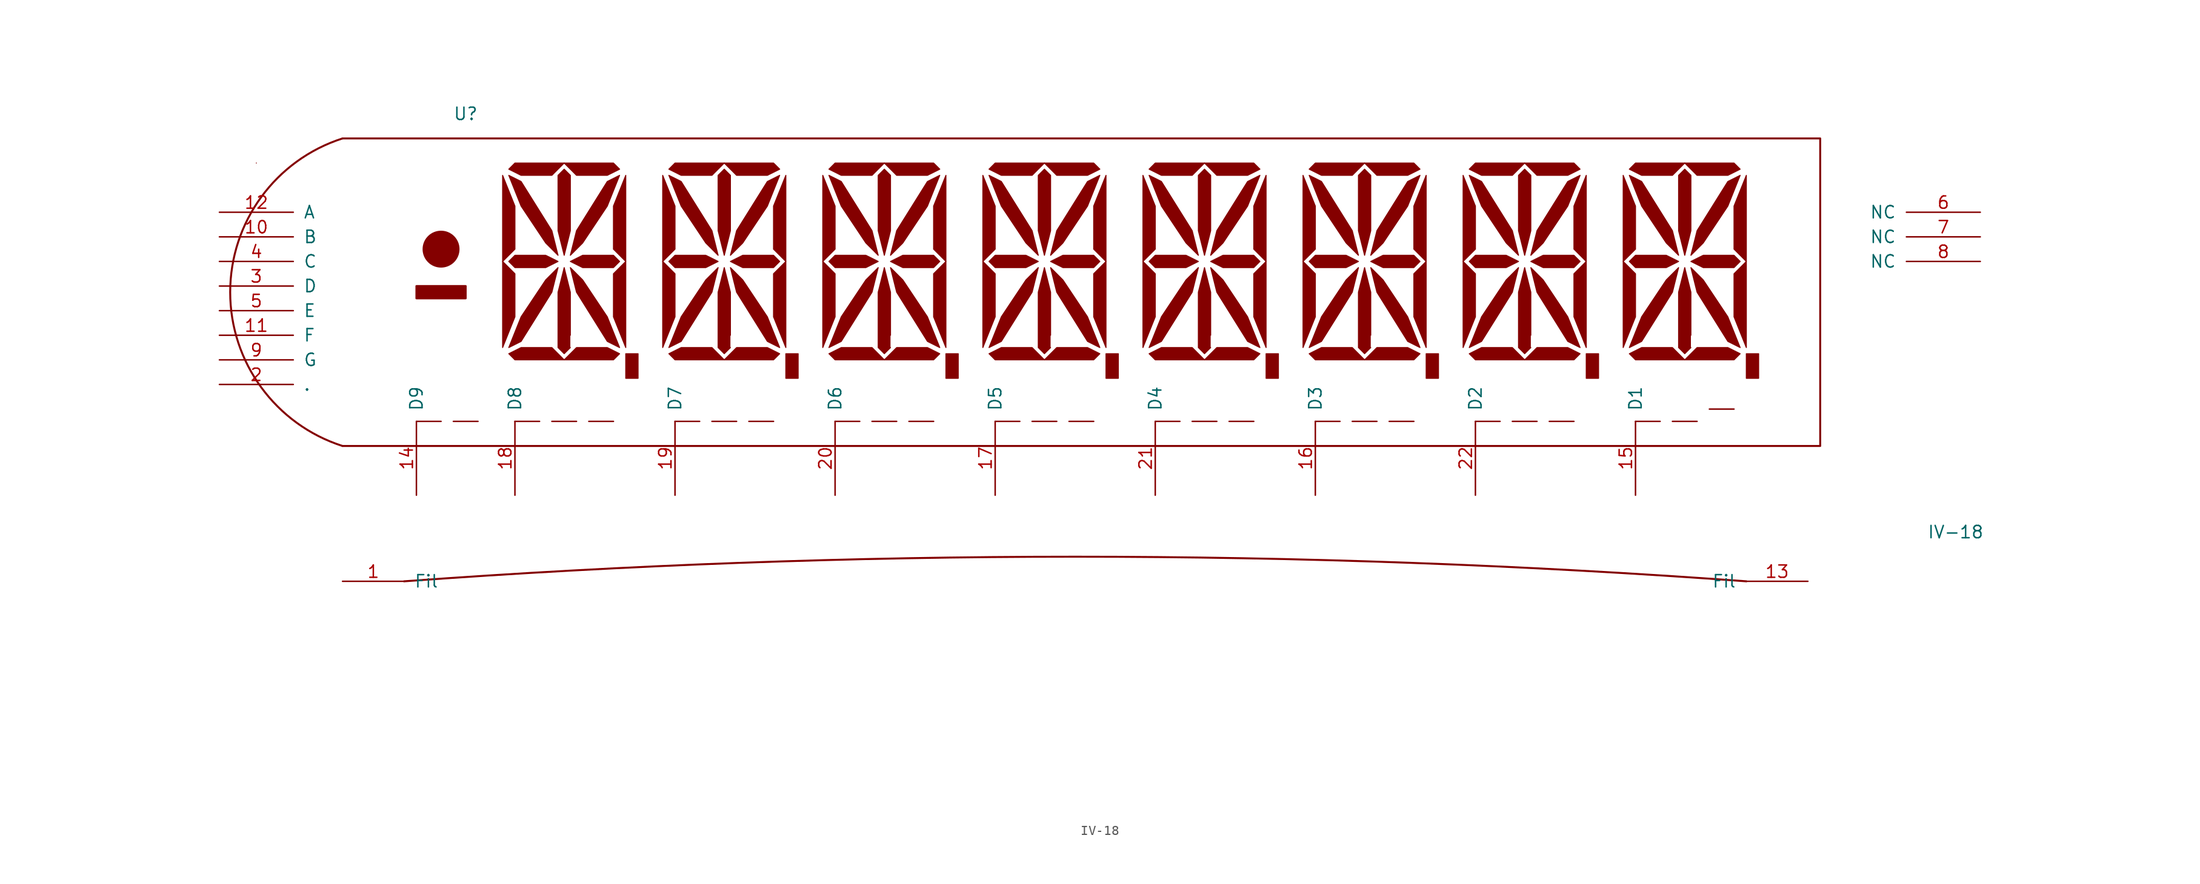
<source format=kicad_sym>
(kicad_symbol_lib
  (version 20211014)
  (generator kicad_symbol_editor)
  (symbol "IV-18"
    (pin_names
      (offset 1.016))
    (property "Reference" "U"
      (at 0 15.24 0)
      (effects (font (size 1.27 1.27))))
    (property "Value" "IV-18"
      (at 153.67 -27.94 0)
      (effects (font (size 1.27 1.27))))
    (property "Footprint" ""
      (at 0.635 -50.8 0)
      (effects (font (size 1.27 1.27))))
    (property "Datasheet" ""
      (at 0.635 -50.8 0)
      (effects (font (size 1.27 1.27))))
    (symbol "IV-18_0_0"
      (rectangle (start -21.59 10.16) (end -21.59 10.16) (stroke (width 0.102) (type default) (color 0 0 0 0)) (fill (type none)))
      (polyline (pts (xy 7.62 -16.51) (xy 5.08 -16.51)) (stroke (width 0) (type default) (color 0 0 0 0)) (fill (type none)))
      (polyline (pts (xy 8.89 -16.51) (xy 11.43 -16.51)) (stroke (width 0) (type default) (color 0 0 0 0)) (fill (type none)))
      (polyline (pts (xy 12.7 -16.51) (xy 15.24 -16.51)) (stroke (width 0) (type default) (color 0 0 0 0)) (fill (type none))))
    (symbol "IV-18_0_1"
      (arc (start -12.7 12.7) (mid -24.288 -3.175) (end -12.7 -19.05) (stroke (width 0.2032) (type default) (color 0 0 0 0)) (fill (type none)))
      (rectangle (start -5.08 -2.54) (end 0 -3.81) (stroke (width 0.203) (type default) (color 0 0 0 0)) (fill (type outline)))
      (circle (center -2.54 1.27) (radius 1.803) (stroke (width 0.203) (type default) (color 0 0 0 0)) (fill (type outline)))
      (polyline (pts (xy -12.7 12.7) (xy 139.7 12.7) (xy 139.7 -19.05) (xy -12.7 -19.05)) (stroke (width 0.203) (type default) (color 0 0 0 0)) (fill (type none)))
      (polyline (pts (xy 3.81 -8.89) (xy 3.81 0) (xy 5.08 -1.27) (xy 5.08 -5.715) (xy 3.81 -8.89)) (stroke (width 0.102) (type default) (color 0 0 0 0)) (fill (type outline)))
      (polyline (pts (xy 3.81 8.89) (xy 3.81 0) (xy 5.08 1.27) (xy 5.08 5.715) (xy 3.81 8.89)) (stroke (width 0.102) (type default) (color 0 0 0 0)) (fill (type outline)))
      (polyline (pts (xy 16.51 -9.525) (xy 16.51 -12.065) (xy 17.78 -12.065) (xy 17.78 -9.525) (xy 16.51 -9.525)) (stroke (width 0.102) (type default) (color 0 0 0 0)) (fill (type outline)))
      (polyline (pts (xy 16.51 -8.89) (xy 16.51 0) (xy 15.24 -1.27) (xy 15.24 -5.715) (xy 16.51 -8.89)) (stroke (width 0.102) (type default) (color 0 0 0 0)) (fill (type outline)))
      (polyline (pts (xy 16.51 8.89) (xy 16.51 0) (xy 15.24 1.27) (xy 15.24 5.715) (xy 16.51 8.89)) (stroke (width 0.102) (type default) (color 0 0 0 0)) (fill (type outline)))
      (polyline (pts (xy 20.32 -8.89) (xy 20.32 0) (xy 21.59 -1.27) (xy 21.59 -5.715) (xy 20.32 -8.89)) (stroke (width 0.102) (type default) (color 0 0 0 0)) (fill (type outline)))
      (polyline (pts (xy 20.32 8.89) (xy 20.32 0) (xy 21.59 1.27) (xy 21.59 5.715) (xy 20.32 8.89)) (stroke (width 0.102) (type default) (color 0 0 0 0)) (fill (type outline)))
      (polyline (pts (xy 33.02 -9.525) (xy 33.02 -12.065) (xy 34.29 -12.065) (xy 34.29 -9.525) (xy 33.02 -9.525)) (stroke (width 0.102) (type default) (color 0 0 0 0)) (fill (type outline)))
      (polyline (pts (xy 33.02 -8.89) (xy 33.02 0) (xy 31.75 -1.27) (xy 31.75 -5.715) (xy 33.02 -8.89)) (stroke (width 0.102) (type default) (color 0 0 0 0)) (fill (type outline)))
      (polyline (pts (xy 33.02 8.89) (xy 33.02 0) (xy 31.75 1.27) (xy 31.75 5.715) (xy 33.02 8.89)) (stroke (width 0.102) (type default) (color 0 0 0 0)) (fill (type outline)))
      (polyline (pts (xy 4.445 -9.525) (xy 5.08 -10.16) (xy 10.16 -10.16) (xy 8.89 -8.89) (xy 5.715 -8.89) (xy 4.445 -9.525)) (stroke (width 0.102) (type default) (color 0 0 0 0)) (fill (type outline)))
      (polyline (pts (xy 4.445 9.525) (xy 5.08 10.16) (xy 10.16 10.16) (xy 8.89 8.89) (xy 5.715 8.89) (xy 4.445 9.525)) (stroke (width 0.102) (type default) (color 0 0 0 0)) (fill (type outline)))
      (polyline (pts (xy 15.875 -9.525) (xy 15.24 -10.16) (xy 10.16 -10.16) (xy 11.43 -8.89) (xy 14.605 -8.89) (xy 15.875 -9.525)) (stroke (width 0.102) (type default) (color 0 0 0 0)) (fill (type outline)))
      (polyline (pts (xy 15.875 9.525) (xy 15.24 10.16) (xy 10.16 10.16) (xy 11.43 8.89) (xy 14.605 8.89) (xy 15.875 9.525)) (stroke (width 0.102) (type default) (color 0 0 0 0)) (fill (type outline)))
      (polyline (pts (xy 20.955 -9.525) (xy 21.59 -10.16) (xy 26.67 -10.16) (xy 25.4 -8.89) (xy 22.225 -8.89) (xy 20.955 -9.525)) (stroke (width 0.102) (type default) (color 0 0 0 0)) (fill (type outline)))
      (polyline (pts (xy 20.955 9.525) (xy 21.59 10.16) (xy 26.67 10.16) (xy 25.4 8.89) (xy 22.225 8.89) (xy 20.955 9.525)) (stroke (width 0.102) (type default) (color 0 0 0 0)) (fill (type outline)))
      (polyline (pts (xy 32.385 -9.525) (xy 31.75 -10.16) (xy 26.67 -10.16) (xy 27.94 -8.89) (xy 31.115 -8.89) (xy 32.385 -9.525)) (stroke (width 0.102) (type default) (color 0 0 0 0)) (fill (type outline)))
      (polyline (pts (xy 32.385 9.525) (xy 31.75 10.16) (xy 26.67 10.16) (xy 27.94 8.89) (xy 31.115 8.89) (xy 32.385 9.525)) (stroke (width 0.102) (type default) (color 0 0 0 0)) (fill (type outline)))
      (polyline (pts (xy 5.08 0.635) (xy 4.445 0) (xy 5.08 -0.635) (xy 8.255 -0.635) (xy 9.525 0) (xy 8.255 0.635) (xy 5.08 0.635)) (stroke (width 0.102) (type default) (color 0 0 0 0)) (fill (type outline)))
      (polyline (pts (xy 5.715 -5.715) (xy 8.255 -1.905) (xy 9.525 -0.635) (xy 8.89 -3.175) (xy 5.715 -8.255) (xy 4.445 -8.89) (xy 5.715 -5.715)) (stroke (width 0.102) (type default) (color 0 0 0 0)) (fill (type outline)))
      (polyline (pts (xy 5.715 5.715) (xy 8.255 1.905) (xy 9.525 0.635) (xy 8.89 3.175) (xy 5.715 8.255) (xy 4.445 8.89) (xy 5.715 5.715)) (stroke (width 0.102) (type default) (color 0 0 0 0)) (fill (type outline)))
      (polyline (pts (xy 10.795 -7.62) (xy 10.795 -3.175) (xy 10.16 -0.635) (xy 9.525 -3.175) (xy 9.525 -8.89) (xy 10.16 -9.525) (xy 10.795 -8.89)) (stroke (width 0.102) (type default) (color 0 0 0 0)) (fill (type outline)))
      (polyline (pts (xy 10.795 3.175) (xy 10.795 8.89) (xy 10.16 9.525) (xy 9.525 8.89) (xy 9.525 3.175) (xy 10.16 0.635) (xy 10.795 3.175)) (stroke (width 0.102) (type default) (color 0 0 0 0)) (fill (type outline)))
      (polyline (pts (xy 12.065 0.635) (xy 10.795 0) (xy 12.065 -0.635) (xy 15.24 -0.635) (xy 15.875 0) (xy 15.24 0.635) (xy 12.065 0.635)) (stroke (width 0.102) (type default) (color 0 0 0 0)) (fill (type outline)))
      (polyline (pts (xy 14.605 -5.715) (xy 12.065 -1.905) (xy 10.795 -0.635) (xy 11.43 -3.175) (xy 14.605 -8.255) (xy 15.875 -8.89) (xy 14.605 -5.715)) (stroke (width 0.102) (type default) (color 0 0 0 0)) (fill (type outline)))
      (polyline (pts (xy 14.605 5.715) (xy 12.065 1.905) (xy 10.795 0.635) (xy 11.43 3.175) (xy 14.605 8.255) (xy 15.875 8.89) (xy 14.605 5.715)) (stroke (width 0.102) (type default) (color 0 0 0 0)) (fill (type outline)))
      (polyline (pts (xy 21.59 0.635) (xy 20.955 0) (xy 21.59 -0.635) (xy 24.765 -0.635) (xy 26.035 0) (xy 24.765 0.635) (xy 21.59 0.635)) (stroke (width 0.102) (type default) (color 0 0 0 0)) (fill (type outline)))
      (polyline (pts (xy 22.225 -5.715) (xy 24.765 -1.905) (xy 26.035 -0.635) (xy 25.4 -3.175) (xy 22.225 -8.255) (xy 20.955 -8.89) (xy 22.225 -5.715)) (stroke (width 0.102) (type default) (color 0 0 0 0)) (fill (type outline)))
      (polyline (pts (xy 22.225 5.715) (xy 24.765 1.905) (xy 26.035 0.635) (xy 25.4 3.175) (xy 22.225 8.255) (xy 20.955 8.89) (xy 22.225 5.715)) (stroke (width 0.102) (type default) (color 0 0 0 0)) (fill (type outline)))
      (polyline (pts (xy 27.305 -7.62) (xy 27.305 -3.175) (xy 26.67 -0.635) (xy 26.035 -3.175) (xy 26.035 -8.89) (xy 26.67 -9.525) (xy 27.305 -8.89)) (stroke (width 0.102) (type default) (color 0 0 0 0)) (fill (type outline)))
      (polyline (pts (xy 27.305 3.175) (xy 27.305 8.89) (xy 26.67 9.525) (xy 26.035 8.89) (xy 26.035 3.175) (xy 26.67 0.635) (xy 27.305 3.175)) (stroke (width 0.102) (type default) (color 0 0 0 0)) (fill (type outline)))
      (polyline (pts (xy 28.575 0.635) (xy 27.305 0) (xy 28.575 -0.635) (xy 31.75 -0.635) (xy 32.385 0) (xy 31.75 0.635) (xy 28.575 0.635)) (stroke (width 0.102) (type default) (color 0 0 0 0)) (fill (type outline)))
      (polyline (pts (xy 31.115 -5.715) (xy 28.575 -1.905) (xy 27.305 -0.635) (xy 27.94 -3.175) (xy 31.115 -8.255) (xy 32.385 -8.89) (xy 31.115 -5.715)) (stroke (width 0.102) (type default) (color 0 0 0 0)) (fill (type outline)))
      (polyline (pts (xy 31.115 5.715) (xy 28.575 1.905) (xy 27.305 0.635) (xy 27.94 3.175) (xy 31.115 8.255) (xy 32.385 8.89) (xy 31.115 5.715)) (stroke (width 0.102) (type default) (color 0 0 0 0)) (fill (type outline)))
      (arc (start 132.08 -33.02) (mid 62.865 -30.4798) (end -6.35 -33.02) (stroke (width 0.2032) (type default) (color 0 0 0 0)) (fill (type none))))
    (symbol "IV-18_1_0"
      (polyline (pts (xy -5.08 -16.51) (xy -2.54 -16.51)) (stroke (width 0) (type default) (color 0 0 0 0)) (fill (type none)))
      (polyline (pts (xy -1.27 -16.51) (xy 1.27 -16.51)) (stroke (width 0) (type default) (color 0 0 0 0)) (fill (type none)))
      (polyline (pts (xy 24.13 -16.51) (xy 21.59 -16.51)) (stroke (width 0) (type default) (color 0 0 0 0)) (fill (type none)))
      (polyline (pts (xy 25.4 -16.51) (xy 27.94 -16.51)) (stroke (width 0) (type default) (color 0 0 0 0)) (fill (type none)))
      (polyline (pts (xy 29.21 -16.51) (xy 31.75 -16.51)) (stroke (width 0) (type default) (color 0 0 0 0)) (fill (type none)))
      (polyline (pts (xy 40.64 -16.51) (xy 38.1 -16.51)) (stroke (width 0) (type default) (color 0 0 0 0)) (fill (type none)))
      (polyline (pts (xy 41.91 -16.51) (xy 44.45 -16.51)) (stroke (width 0) (type default) (color 0 0 0 0)) (fill (type none)))
      (polyline (pts (xy 45.72 -16.51) (xy 48.26 -16.51)) (stroke (width 0) (type default) (color 0 0 0 0)) (fill (type none)))
      (polyline (pts (xy 57.15 -16.51) (xy 54.61 -16.51)) (stroke (width 0) (type default) (color 0 0 0 0)) (fill (type none)))
      (polyline (pts (xy 58.42 -16.51) (xy 60.96 -16.51)) (stroke (width 0) (type default) (color 0 0 0 0)) (fill (type none)))
      (polyline (pts (xy 62.23 -16.51) (xy 64.77 -16.51)) (stroke (width 0) (type default) (color 0 0 0 0)) (fill (type none)))
      (polyline (pts (xy 73.66 -16.51) (xy 71.12 -16.51)) (stroke (width 0) (type default) (color 0 0 0 0)) (fill (type none)))
      (polyline (pts (xy 74.93 -16.51) (xy 77.47 -16.51)) (stroke (width 0) (type default) (color 0 0 0 0)) (fill (type none)))
      (polyline (pts (xy 78.74 -16.51) (xy 81.28 -16.51)) (stroke (width 0) (type default) (color 0 0 0 0)) (fill (type none)))
      (polyline (pts (xy 90.17 -16.51) (xy 87.63 -16.51)) (stroke (width 0) (type default) (color 0 0 0 0)) (fill (type none)))
      (polyline (pts (xy 91.44 -16.51) (xy 93.98 -16.51)) (stroke (width 0) (type default) (color 0 0 0 0)) (fill (type none)))
      (polyline (pts (xy 95.25 -16.51) (xy 97.79 -16.51)) (stroke (width 0) (type default) (color 0 0 0 0)) (fill (type none)))
      (polyline (pts (xy 106.68 -16.51) (xy 104.14 -16.51)) (stroke (width 0) (type default) (color 0 0 0 0)) (fill (type none)))
      (polyline (pts (xy 107.95 -16.51) (xy 110.49 -16.51)) (stroke (width 0) (type default) (color 0 0 0 0)) (fill (type none)))
      (polyline (pts (xy 111.76 -16.51) (xy 114.3 -16.51)) (stroke (width 0) (type default) (color 0 0 0 0)) (fill (type none)))
      (polyline (pts (xy 123.19 -16.51) (xy 120.65 -16.51)) (stroke (width 0) (type default) (color 0 0 0 0)) (fill (type none)))
      (polyline (pts (xy 124.46 -16.51) (xy 127 -16.51)) (stroke (width 0) (type default) (color 0 0 0 0)) (fill (type none)))
      (polyline (pts (xy 128.27 -15.24) (xy 130.81 -15.24)) (stroke (width 0) (type default) (color 0 0 0 0)) (fill (type none))))
    (symbol "IV-18_1_1"
      (polyline (pts (xy 36.83 -8.89) (xy 36.83 0) (xy 38.1 -1.27) (xy 38.1 -5.715) (xy 36.83 -8.89)) (stroke (width 0.102) (type default) (color 0 0 0 0)) (fill (type outline)))
      (polyline (pts (xy 36.83 8.89) (xy 36.83 0) (xy 38.1 1.27) (xy 38.1 5.715) (xy 36.83 8.89)) (stroke (width 0.102) (type default) (color 0 0 0 0)) (fill (type outline)))
      (polyline (pts (xy 49.53 -9.525) (xy 49.53 -12.065) (xy 50.8 -12.065) (xy 50.8 -9.525) (xy 49.53 -9.525)) (stroke (width 0.102) (type default) (color 0 0 0 0)) (fill (type outline)))
      (polyline (pts (xy 49.53 -8.89) (xy 49.53 0) (xy 48.26 -1.27) (xy 48.26 -5.715) (xy 49.53 -8.89)) (stroke (width 0.102) (type default) (color 0 0 0 0)) (fill (type outline)))
      (polyline (pts (xy 49.53 8.89) (xy 49.53 0) (xy 48.26 1.27) (xy 48.26 5.715) (xy 49.53 8.89)) (stroke (width 0.102) (type default) (color 0 0 0 0)) (fill (type outline)))
      (polyline (pts (xy 53.34 -8.89) (xy 53.34 0) (xy 54.61 -1.27) (xy 54.61 -5.715) (xy 53.34 -8.89)) (stroke (width 0.102) (type default) (color 0 0 0 0)) (fill (type outline)))
      (polyline (pts (xy 53.34 8.89) (xy 53.34 0) (xy 54.61 1.27) (xy 54.61 5.715) (xy 53.34 8.89)) (stroke (width 0.102) (type default) (color 0 0 0 0)) (fill (type outline)))
      (polyline (pts (xy 66.04 -9.525) (xy 66.04 -12.065) (xy 67.31 -12.065) (xy 67.31 -9.525) (xy 66.04 -9.525)) (stroke (width 0.102) (type default) (color 0 0 0 0)) (fill (type outline)))
      (polyline (pts (xy 66.04 -8.89) (xy 66.04 0) (xy 64.77 -1.27) (xy 64.77 -5.715) (xy 66.04 -8.89)) (stroke (width 0.102) (type default) (color 0 0 0 0)) (fill (type outline)))
      (polyline (pts (xy 66.04 8.89) (xy 66.04 0) (xy 64.77 1.27) (xy 64.77 5.715) (xy 66.04 8.89)) (stroke (width 0.102) (type default) (color 0 0 0 0)) (fill (type outline)))
      (polyline (pts (xy 69.85 -8.89) (xy 69.85 0) (xy 71.12 -1.27) (xy 71.12 -5.715) (xy 69.85 -8.89)) (stroke (width 0.102) (type default) (color 0 0 0 0)) (fill (type outline)))
      (polyline (pts (xy 69.85 8.89) (xy 69.85 0) (xy 71.12 1.27) (xy 71.12 5.715) (xy 69.85 8.89)) (stroke (width 0.102) (type default) (color 0 0 0 0)) (fill (type outline)))
      (polyline (pts (xy 82.55 -9.525) (xy 82.55 -12.065) (xy 83.82 -12.065) (xy 83.82 -9.525) (xy 82.55 -9.525)) (stroke (width 0.102) (type default) (color 0 0 0 0)) (fill (type outline)))
      (polyline (pts (xy 82.55 -8.89) (xy 82.55 0) (xy 81.28 -1.27) (xy 81.28 -5.715) (xy 82.55 -8.89)) (stroke (width 0.102) (type default) (color 0 0 0 0)) (fill (type outline)))
      (polyline (pts (xy 82.55 8.89) (xy 82.55 0) (xy 81.28 1.27) (xy 81.28 5.715) (xy 82.55 8.89)) (stroke (width 0.102) (type default) (color 0 0 0 0)) (fill (type outline)))
      (polyline (pts (xy 86.36 -8.89) (xy 86.36 0) (xy 87.63 -1.27) (xy 87.63 -5.715) (xy 86.36 -8.89)) (stroke (width 0.102) (type default) (color 0 0 0 0)) (fill (type outline)))
      (polyline (pts (xy 86.36 8.89) (xy 86.36 0) (xy 87.63 1.27) (xy 87.63 5.715) (xy 86.36 8.89)) (stroke (width 0.102) (type default) (color 0 0 0 0)) (fill (type outline)))
      (polyline (pts (xy 99.06 -9.525) (xy 99.06 -12.065) (xy 100.33 -12.065) (xy 100.33 -9.525) (xy 99.06 -9.525)) (stroke (width 0.102) (type default) (color 0 0 0 0)) (fill (type outline)))
      (polyline (pts (xy 99.06 -8.89) (xy 99.06 0) (xy 97.79 -1.27) (xy 97.79 -5.715) (xy 99.06 -8.89)) (stroke (width 0.102) (type default) (color 0 0 0 0)) (fill (type outline)))
      (polyline (pts (xy 99.06 8.89) (xy 99.06 0) (xy 97.79 1.27) (xy 97.79 5.715) (xy 99.06 8.89)) (stroke (width 0.102) (type default) (color 0 0 0 0)) (fill (type outline)))
      (polyline (pts (xy 102.87 -8.89) (xy 102.87 0) (xy 104.14 -1.27) (xy 104.14 -5.715) (xy 102.87 -8.89)) (stroke (width 0.102) (type default) (color 0 0 0 0)) (fill (type outline)))
      (polyline (pts (xy 102.87 8.89) (xy 102.87 0) (xy 104.14 1.27) (xy 104.14 5.715) (xy 102.87 8.89)) (stroke (width 0.102) (type default) (color 0 0 0 0)) (fill (type outline)))
      (polyline (pts (xy 115.57 -9.525) (xy 115.57 -12.065) (xy 116.84 -12.065) (xy 116.84 -9.525) (xy 115.57 -9.525)) (stroke (width 0.102) (type default) (color 0 0 0 0)) (fill (type outline)))
      (polyline (pts (xy 115.57 -8.89) (xy 115.57 0) (xy 114.3 -1.27) (xy 114.3 -5.715) (xy 115.57 -8.89)) (stroke (width 0.102) (type default) (color 0 0 0 0)) (fill (type outline)))
      (polyline (pts (xy 115.57 8.89) (xy 115.57 0) (xy 114.3 1.27) (xy 114.3 5.715) (xy 115.57 8.89)) (stroke (width 0.102) (type default) (color 0 0 0 0)) (fill (type outline)))
      (polyline (pts (xy 119.38 -8.89) (xy 119.38 0) (xy 120.65 -1.27) (xy 120.65 -5.715) (xy 119.38 -8.89)) (stroke (width 0.102) (type default) (color 0 0 0 0)) (fill (type outline)))
      (polyline (pts (xy 119.38 8.89) (xy 119.38 0) (xy 120.65 1.27) (xy 120.65 5.715) (xy 119.38 8.89)) (stroke (width 0.102) (type default) (color 0 0 0 0)) (fill (type outline)))
      (polyline (pts (xy 132.08 -9.525) (xy 132.08 -12.065) (xy 133.35 -12.065) (xy 133.35 -9.525) (xy 132.08 -9.525)) (stroke (width 0.102) (type default) (color 0 0 0 0)) (fill (type outline)))
      (polyline (pts (xy 132.08 -8.89) (xy 132.08 0) (xy 130.81 -1.27) (xy 130.81 -5.715) (xy 132.08 -8.89)) (stroke (width 0.102) (type default) (color 0 0 0 0)) (fill (type outline)))
      (polyline (pts (xy 132.08 8.89) (xy 132.08 0) (xy 130.81 1.27) (xy 130.81 5.715) (xy 132.08 8.89)) (stroke (width 0.102) (type default) (color 0 0 0 0)) (fill (type outline)))
      (polyline (pts (xy 37.465 -9.525) (xy 38.1 -10.16) (xy 43.18 -10.16) (xy 41.91 -8.89) (xy 38.735 -8.89) (xy 37.465 -9.525)) (stroke (width 0.102) (type default) (color 0 0 0 0)) (fill (type outline)))
      (polyline (pts (xy 37.465 9.525) (xy 38.1 10.16) (xy 43.18 10.16) (xy 41.91 8.89) (xy 38.735 8.89) (xy 37.465 9.525)) (stroke (width 0.102) (type default) (color 0 0 0 0)) (fill (type outline)))
      (polyline (pts (xy 48.895 -9.525) (xy 48.26 -10.16) (xy 43.18 -10.16) (xy 44.45 -8.89) (xy 47.625 -8.89) (xy 48.895 -9.525)) (stroke (width 0.102) (type default) (color 0 0 0 0)) (fill (type outline)))
      (polyline (pts (xy 48.895 9.525) (xy 48.26 10.16) (xy 43.18 10.16) (xy 44.45 8.89) (xy 47.625 8.89) (xy 48.895 9.525)) (stroke (width 0.102) (type default) (color 0 0 0 0)) (fill (type outline)))
      (polyline (pts (xy 53.975 -9.525) (xy 54.61 -10.16) (xy 59.69 -10.16) (xy 58.42 -8.89) (xy 55.245 -8.89) (xy 53.975 -9.525)) (stroke (width 0.102) (type default) (color 0 0 0 0)) (fill (type outline)))
      (polyline (pts (xy 53.975 9.525) (xy 54.61 10.16) (xy 59.69 10.16) (xy 58.42 8.89) (xy 55.245 8.89) (xy 53.975 9.525)) (stroke (width 0.102) (type default) (color 0 0 0 0)) (fill (type outline)))
      (polyline (pts (xy 65.405 -9.525) (xy 64.77 -10.16) (xy 59.69 -10.16) (xy 60.96 -8.89) (xy 64.135 -8.89) (xy 65.405 -9.525)) (stroke (width 0.102) (type default) (color 0 0 0 0)) (fill (type outline)))
      (polyline (pts (xy 65.405 9.525) (xy 64.77 10.16) (xy 59.69 10.16) (xy 60.96 8.89) (xy 64.135 8.89) (xy 65.405 9.525)) (stroke (width 0.102) (type default) (color 0 0 0 0)) (fill (type outline)))
      (polyline (pts (xy 70.485 -9.525) (xy 71.12 -10.16) (xy 76.2 -10.16) (xy 74.93 -8.89) (xy 71.755 -8.89) (xy 70.485 -9.525)) (stroke (width 0.102) (type default) (color 0 0 0 0)) (fill (type outline)))
      (polyline (pts (xy 70.485 9.525) (xy 71.12 10.16) (xy 76.2 10.16) (xy 74.93 8.89) (xy 71.755 8.89) (xy 70.485 9.525)) (stroke (width 0.102) (type default) (color 0 0 0 0)) (fill (type outline)))
      (polyline (pts (xy 81.915 -9.525) (xy 81.28 -10.16) (xy 76.2 -10.16) (xy 77.47 -8.89) (xy 80.645 -8.89) (xy 81.915 -9.525)) (stroke (width 0.102) (type default) (color 0 0 0 0)) (fill (type outline)))
      (polyline (pts (xy 81.915 9.525) (xy 81.28 10.16) (xy 76.2 10.16) (xy 77.47 8.89) (xy 80.645 8.89) (xy 81.915 9.525)) (stroke (width 0.102) (type default) (color 0 0 0 0)) (fill (type outline)))
      (polyline (pts (xy 86.995 -9.525) (xy 87.63 -10.16) (xy 92.71 -10.16) (xy 91.44 -8.89) (xy 88.265 -8.89) (xy 86.995 -9.525)) (stroke (width 0.102) (type default) (color 0 0 0 0)) (fill (type outline)))
      (polyline (pts (xy 86.995 9.525) (xy 87.63 10.16) (xy 92.71 10.16) (xy 91.44 8.89) (xy 88.265 8.89) (xy 86.995 9.525)) (stroke (width 0.102) (type default) (color 0 0 0 0)) (fill (type outline)))
      (polyline (pts (xy 98.425 -9.525) (xy 97.79 -10.16) (xy 92.71 -10.16) (xy 93.98 -8.89) (xy 97.155 -8.89) (xy 98.425 -9.525)) (stroke (width 0.102) (type default) (color 0 0 0 0)) (fill (type outline)))
      (polyline (pts (xy 98.425 9.525) (xy 97.79 10.16) (xy 92.71 10.16) (xy 93.98 8.89) (xy 97.155 8.89) (xy 98.425 9.525)) (stroke (width 0.102) (type default) (color 0 0 0 0)) (fill (type outline)))
      (polyline (pts (xy 103.505 -9.525) (xy 104.14 -10.16) (xy 109.22 -10.16) (xy 107.95 -8.89) (xy 104.775 -8.89) (xy 103.505 -9.525)) (stroke (width 0.102) (type default) (color 0 0 0 0)) (fill (type outline)))
      (polyline (pts (xy 103.505 9.525) (xy 104.14 10.16) (xy 109.22 10.16) (xy 107.95 8.89) (xy 104.775 8.89) (xy 103.505 9.525)) (stroke (width 0.102) (type default) (color 0 0 0 0)) (fill (type outline)))
      (polyline (pts (xy 114.935 -9.525) (xy 114.3 -10.16) (xy 109.22 -10.16) (xy 110.49 -8.89) (xy 113.665 -8.89) (xy 114.935 -9.525)) (stroke (width 0.102) (type default) (color 0 0 0 0)) (fill (type outline)))
      (polyline (pts (xy 114.935 9.525) (xy 114.3 10.16) (xy 109.22 10.16) (xy 110.49 8.89) (xy 113.665 8.89) (xy 114.935 9.525)) (stroke (width 0.102) (type default) (color 0 0 0 0)) (fill (type outline)))
      (polyline (pts (xy 120.015 -9.525) (xy 120.65 -10.16) (xy 125.73 -10.16) (xy 124.46 -8.89) (xy 121.285 -8.89) (xy 120.015 -9.525)) (stroke (width 0.102) (type default) (color 0 0 0 0)) (fill (type outline)))
      (polyline (pts (xy 120.015 9.525) (xy 120.65 10.16) (xy 125.73 10.16) (xy 124.46 8.89) (xy 121.285 8.89) (xy 120.015 9.525)) (stroke (width 0.102) (type default) (color 0 0 0 0)) (fill (type outline)))
      (polyline (pts (xy 131.445 -9.525) (xy 130.81 -10.16) (xy 125.73 -10.16) (xy 127 -8.89) (xy 130.175 -8.89) (xy 131.445 -9.525)) (stroke (width 0.102) (type default) (color 0 0 0 0)) (fill (type outline)))
      (polyline (pts (xy 131.445 9.525) (xy 130.81 10.16) (xy 125.73 10.16) (xy 127 8.89) (xy 130.175 8.89) (xy 131.445 9.525)) (stroke (width 0.102) (type default) (color 0 0 0 0)) (fill (type outline)))
      (polyline (pts (xy 38.1 0.635) (xy 37.465 0) (xy 38.1 -0.635) (xy 41.275 -0.635) (xy 42.545 0) (xy 41.275 0.635) (xy 38.1 0.635)) (stroke (width 0.102) (type default) (color 0 0 0 0)) (fill (type outline)))
      (polyline (pts (xy 38.735 -5.715) (xy 41.275 -1.905) (xy 42.545 -0.635) (xy 41.91 -3.175) (xy 38.735 -8.255) (xy 37.465 -8.89) (xy 38.735 -5.715)) (stroke (width 0.102) (type default) (color 0 0 0 0)) (fill (type outline)))
      (polyline (pts (xy 38.735 5.715) (xy 41.275 1.905) (xy 42.545 0.635) (xy 41.91 3.175) (xy 38.735 8.255) (xy 37.465 8.89) (xy 38.735 5.715)) (stroke (width 0.102) (type default) (color 0 0 0 0)) (fill (type outline)))
      (polyline (pts (xy 43.815 -7.62) (xy 43.815 -3.175) (xy 43.18 -0.635) (xy 42.545 -3.175) (xy 42.545 -8.89) (xy 43.18 -9.525) (xy 43.815 -8.89)) (stroke (width 0.102) (type default) (color 0 0 0 0)) (fill (type outline)))
      (polyline (pts (xy 43.815 3.175) (xy 43.815 8.89) (xy 43.18 9.525) (xy 42.545 8.89) (xy 42.545 3.175) (xy 43.18 0.635) (xy 43.815 3.175)) (stroke (width 0.102) (type default) (color 0 0 0 0)) (fill (type outline)))
      (polyline (pts (xy 45.085 0.635) (xy 43.815 0) (xy 45.085 -0.635) (xy 48.26 -0.635) (xy 48.895 0) (xy 48.26 0.635) (xy 45.085 0.635)) (stroke (width 0.102) (type default) (color 0 0 0 0)) (fill (type outline)))
      (polyline (pts (xy 47.625 -5.715) (xy 45.085 -1.905) (xy 43.815 -0.635) (xy 44.45 -3.175) (xy 47.625 -8.255) (xy 48.895 -8.89) (xy 47.625 -5.715)) (stroke (width 0.102) (type default) (color 0 0 0 0)) (fill (type outline)))
      (polyline (pts (xy 47.625 5.715) (xy 45.085 1.905) (xy 43.815 0.635) (xy 44.45 3.175) (xy 47.625 8.255) (xy 48.895 8.89) (xy 47.625 5.715)) (stroke (width 0.102) (type default) (color 0 0 0 0)) (fill (type outline)))
      (polyline (pts (xy 54.61 0.635) (xy 53.975 0) (xy 54.61 -0.635) (xy 57.785 -0.635) (xy 59.055 0) (xy 57.785 0.635) (xy 54.61 0.635)) (stroke (width 0.102) (type default) (color 0 0 0 0)) (fill (type outline)))
      (polyline (pts (xy 55.245 -5.715) (xy 57.785 -1.905) (xy 59.055 -0.635) (xy 58.42 -3.175) (xy 55.245 -8.255) (xy 53.975 -8.89) (xy 55.245 -5.715)) (stroke (width 0.102) (type default) (color 0 0 0 0)) (fill (type outline)))
      (polyline (pts (xy 55.245 5.715) (xy 57.785 1.905) (xy 59.055 0.635) (xy 58.42 3.175) (xy 55.245 8.255) (xy 53.975 8.89) (xy 55.245 5.715)) (stroke (width 0.102) (type default) (color 0 0 0 0)) (fill (type outline)))
      (polyline (pts (xy 60.325 -7.62) (xy 60.325 -3.175) (xy 59.69 -0.635) (xy 59.055 -3.175) (xy 59.055 -8.89) (xy 59.69 -9.525) (xy 60.325 -8.89)) (stroke (width 0.102) (type default) (color 0 0 0 0)) (fill (type outline)))
      (polyline (pts (xy 60.325 3.175) (xy 60.325 8.89) (xy 59.69 9.525) (xy 59.055 8.89) (xy 59.055 3.175) (xy 59.69 0.635) (xy 60.325 3.175)) (stroke (width 0.102) (type default) (color 0 0 0 0)) (fill (type outline)))
      (polyline (pts (xy 61.595 0.635) (xy 60.325 0) (xy 61.595 -0.635) (xy 64.77 -0.635) (xy 65.405 0) (xy 64.77 0.635) (xy 61.595 0.635)) (stroke (width 0.102) (type default) (color 0 0 0 0)) (fill (type outline)))
      (polyline (pts (xy 64.135 -5.715) (xy 61.595 -1.905) (xy 60.325 -0.635) (xy 60.96 -3.175) (xy 64.135 -8.255) (xy 65.405 -8.89) (xy 64.135 -5.715)) (stroke (width 0.102) (type default) (color 0 0 0 0)) (fill (type outline)))
      (polyline (pts (xy 64.135 5.715) (xy 61.595 1.905) (xy 60.325 0.635) (xy 60.96 3.175) (xy 64.135 8.255) (xy 65.405 8.89) (xy 64.135 5.715)) (stroke (width 0.102) (type default) (color 0 0 0 0)) (fill (type outline)))
      (polyline (pts (xy 71.12 0.635) (xy 70.485 0) (xy 71.12 -0.635) (xy 74.295 -0.635) (xy 75.565 0) (xy 74.295 0.635) (xy 71.12 0.635)) (stroke (width 0.102) (type default) (color 0 0 0 0)) (fill (type outline)))
      (polyline (pts (xy 71.755 -5.715) (xy 74.295 -1.905) (xy 75.565 -0.635) (xy 74.93 -3.175) (xy 71.755 -8.255) (xy 70.485 -8.89) (xy 71.755 -5.715)) (stroke (width 0.102) (type default) (color 0 0 0 0)) (fill (type outline)))
      (polyline (pts (xy 71.755 5.715) (xy 74.295 1.905) (xy 75.565 0.635) (xy 74.93 3.175) (xy 71.755 8.255) (xy 70.485 8.89) (xy 71.755 5.715)) (stroke (width 0.102) (type default) (color 0 0 0 0)) (fill (type outline)))
      (polyline (pts (xy 76.835 -7.62) (xy 76.835 -3.175) (xy 76.2 -0.635) (xy 75.565 -3.175) (xy 75.565 -8.89) (xy 76.2 -9.525) (xy 76.835 -8.89)) (stroke (width 0.102) (type default) (color 0 0 0 0)) (fill (type outline)))
      (polyline (pts (xy 76.835 3.175) (xy 76.835 8.89) (xy 76.2 9.525) (xy 75.565 8.89) (xy 75.565 3.175) (xy 76.2 0.635) (xy 76.835 3.175)) (stroke (width 0.102) (type default) (color 0 0 0 0)) (fill (type outline)))
      (polyline (pts (xy 78.105 0.635) (xy 76.835 0) (xy 78.105 -0.635) (xy 81.28 -0.635) (xy 81.915 0) (xy 81.28 0.635) (xy 78.105 0.635)) (stroke (width 0.102) (type default) (color 0 0 0 0)) (fill (type outline)))
      (polyline (pts (xy 80.645 -5.715) (xy 78.105 -1.905) (xy 76.835 -0.635) (xy 77.47 -3.175) (xy 80.645 -8.255) (xy 81.915 -8.89) (xy 80.645 -5.715)) (stroke (width 0.102) (type default) (color 0 0 0 0)) (fill (type outline)))
      (polyline (pts (xy 80.645 5.715) (xy 78.105 1.905) (xy 76.835 0.635) (xy 77.47 3.175) (xy 80.645 8.255) (xy 81.915 8.89) (xy 80.645 5.715)) (stroke (width 0.102) (type default) (color 0 0 0 0)) (fill (type outline)))
      (polyline (pts (xy 87.63 0.635) (xy 86.995 0) (xy 87.63 -0.635) (xy 90.805 -0.635) (xy 92.075 0) (xy 90.805 0.635) (xy 87.63 0.635)) (stroke (width 0.102) (type default) (color 0 0 0 0)) (fill (type outline)))
      (polyline (pts (xy 88.265 -5.715) (xy 90.805 -1.905) (xy 92.075 -0.635) (xy 91.44 -3.175) (xy 88.265 -8.255) (xy 86.995 -8.89) (xy 88.265 -5.715)) (stroke (width 0.102) (type default) (color 0 0 0 0)) (fill (type outline)))
      (polyline (pts (xy 88.265 5.715) (xy 90.805 1.905) (xy 92.075 0.635) (xy 91.44 3.175) (xy 88.265 8.255) (xy 86.995 8.89) (xy 88.265 5.715)) (stroke (width 0.102) (type default) (color 0 0 0 0)) (fill (type outline)))
      (polyline (pts (xy 93.345 -7.62) (xy 93.345 -3.175) (xy 92.71 -0.635) (xy 92.075 -3.175) (xy 92.075 -8.89) (xy 92.71 -9.525) (xy 93.345 -8.89)) (stroke (width 0.102) (type default) (color 0 0 0 0)) (fill (type outline)))
      (polyline (pts (xy 93.345 3.175) (xy 93.345 8.89) (xy 92.71 9.525) (xy 92.075 8.89) (xy 92.075 3.175) (xy 92.71 0.635) (xy 93.345 3.175)) (stroke (width 0.102) (type default) (color 0 0 0 0)) (fill (type outline)))
      (polyline (pts (xy 94.615 0.635) (xy 93.345 0) (xy 94.615 -0.635) (xy 97.79 -0.635) (xy 98.425 0) (xy 97.79 0.635) (xy 94.615 0.635)) (stroke (width 0.102) (type default) (color 0 0 0 0)) (fill (type outline)))
      (polyline (pts (xy 97.155 -5.715) (xy 94.615 -1.905) (xy 93.345 -0.635) (xy 93.98 -3.175) (xy 97.155 -8.255) (xy 98.425 -8.89) (xy 97.155 -5.715)) (stroke (width 0.102) (type default) (color 0 0 0 0)) (fill (type outline)))
      (polyline (pts (xy 97.155 5.715) (xy 94.615 1.905) (xy 93.345 0.635) (xy 93.98 3.175) (xy 97.155 8.255) (xy 98.425 8.89) (xy 97.155 5.715)) (stroke (width 0.102) (type default) (color 0 0 0 0)) (fill (type outline)))
      (polyline (pts (xy 104.14 0.635) (xy 103.505 0) (xy 104.14 -0.635) (xy 107.315 -0.635) (xy 108.585 0) (xy 107.315 0.635) (xy 104.14 0.635)) (stroke (width 0.102) (type default) (color 0 0 0 0)) (fill (type outline)))
      (polyline (pts (xy 104.775 -5.715) (xy 107.315 -1.905) (xy 108.585 -0.635) (xy 107.95 -3.175) (xy 104.775 -8.255) (xy 103.505 -8.89) (xy 104.775 -5.715)) (stroke (width 0.102) (type default) (color 0 0 0 0)) (fill (type outline)))
      (polyline (pts (xy 104.775 5.715) (xy 107.315 1.905) (xy 108.585 0.635) (xy 107.95 3.175) (xy 104.775 8.255) (xy 103.505 8.89) (xy 104.775 5.715)) (stroke (width 0.102) (type default) (color 0 0 0 0)) (fill (type outline)))
      (polyline (pts (xy 109.855 -7.62) (xy 109.855 -3.175) (xy 109.22 -0.635) (xy 108.585 -3.175) (xy 108.585 -8.89) (xy 109.22 -9.525) (xy 109.855 -8.89)) (stroke (width 0.102) (type default) (color 0 0 0 0)) (fill (type outline)))
      (polyline (pts (xy 109.855 3.175) (xy 109.855 8.89) (xy 109.22 9.525) (xy 108.585 8.89) (xy 108.585 3.175) (xy 109.22 0.635) (xy 109.855 3.175)) (stroke (width 0.102) (type default) (color 0 0 0 0)) (fill (type outline)))
      (polyline (pts (xy 111.125 0.635) (xy 109.855 0) (xy 111.125 -0.635) (xy 114.3 -0.635) (xy 114.935 0) (xy 114.3 0.635) (xy 111.125 0.635)) (stroke (width 0.102) (type default) (color 0 0 0 0)) (fill (type outline)))
      (polyline (pts (xy 113.665 -5.715) (xy 111.125 -1.905) (xy 109.855 -0.635) (xy 110.49 -3.175) (xy 113.665 -8.255) (xy 114.935 -8.89) (xy 113.665 -5.715)) (stroke (width 0.102) (type default) (color 0 0 0 0)) (fill (type outline)))
      (polyline (pts (xy 113.665 5.715) (xy 111.125 1.905) (xy 109.855 0.635) (xy 110.49 3.175) (xy 113.665 8.255) (xy 114.935 8.89) (xy 113.665 5.715)) (stroke (width 0.102) (type default) (color 0 0 0 0)) (fill (type outline)))
      (polyline (pts (xy 120.65 0.635) (xy 120.015 0) (xy 120.65 -0.635) (xy 123.825 -0.635) (xy 125.095 0) (xy 123.825 0.635) (xy 120.65 0.635)) (stroke (width 0.102) (type default) (color 0 0 0 0)) (fill (type outline)))
      (polyline (pts (xy 121.285 -5.715) (xy 123.825 -1.905) (xy 125.095 -0.635) (xy 124.46 -3.175) (xy 121.285 -8.255) (xy 120.015 -8.89) (xy 121.285 -5.715)) (stroke (width 0.102) (type default) (color 0 0 0 0)) (fill (type outline)))
      (polyline (pts (xy 121.285 5.715) (xy 123.825 1.905) (xy 125.095 0.635) (xy 124.46 3.175) (xy 121.285 8.255) (xy 120.015 8.89) (xy 121.285 5.715)) (stroke (width 0.102) (type default) (color 0 0 0 0)) (fill (type outline)))
      (polyline (pts (xy 126.365 -7.62) (xy 126.365 -3.175) (xy 125.73 -0.635) (xy 125.095 -3.175) (xy 125.095 -8.89) (xy 125.73 -9.525) (xy 126.365 -8.89)) (stroke (width 0.102) (type default) (color 0 0 0 0)) (fill (type outline)))
      (polyline (pts (xy 126.365 3.175) (xy 126.365 8.89) (xy 125.73 9.525) (xy 125.095 8.89) (xy 125.095 3.175) (xy 125.73 0.635) (xy 126.365 3.175)) (stroke (width 0.102) (type default) (color 0 0 0 0)) (fill (type outline)))
      (polyline (pts (xy 127.635 0.635) (xy 126.365 0) (xy 127.635 -0.635) (xy 130.81 -0.635) (xy 131.445 0) (xy 130.81 0.635) (xy 127.635 0.635)) (stroke (width 0.102) (type default) (color 0 0 0 0)) (fill (type outline)))
      (polyline (pts (xy 130.175 -5.715) (xy 127.635 -1.905) (xy 126.365 -0.635) (xy 127 -3.175) (xy 130.175 -8.255) (xy 131.445 -8.89) (xy 130.175 -5.715)) (stroke (width 0.102) (type default) (color 0 0 0 0)) (fill (type outline)))
      (polyline (pts (xy 130.175 5.715) (xy 127.635 1.905) (xy 126.365 0.635) (xy 127 3.175) (xy 130.175 8.255) (xy 131.445 8.89) (xy 130.175 5.715)) (stroke (width 0.102) (type default) (color 0 0 0 0)) (fill (type outline)))
      (pin passive line (at -12.7 -33.02 0) (length 6.35) (name "Fil" (effects (font (size 1.27 1.27)))) (number "1" (effects (font (size 1.27 1.27)))))
      (pin passive line (at -25.4 2.54 0) (length 7.62) (name "B" (effects (font (size 1.27 1.27)))) (number "10" (effects (font (size 1.27 1.27)))))
      (pin passive line (at -25.4 -7.62 0) (length 7.62) (name "F" (effects (font (size 1.27 1.27)))) (number "11" (effects (font (size 1.27 1.27)))))
      (pin passive line (at -25.4 5.08 0) (length 7.62) (name "A" (effects (font (size 1.27 1.27)))) (number "12" (effects (font (size 1.27 1.27)))))
      (pin passive line (at 138.43 -33.02 180) (length 6.35) (name "Fil" (effects (font (size 1.27 1.27)))) (number "13" (effects (font (size 1.27 1.27)))))
      (pin passive line (at -5.08 -24.13 90) (length 7.62) (name "D9" (effects (font (size 1.27 1.27)))) (number "14" (effects (font (size 1.27 1.27)))))
      (pin passive line (at 120.65 -24.13 90) (length 7.62) (name "D1" (effects (font (size 1.27 1.27)))) (number "15" (effects (font (size 1.27 1.27)))))
      (pin passive line (at 87.63 -24.13 90) (length 7.62) (name "D3" (effects (font (size 1.27 1.27)))) (number "16" (effects (font (size 1.27 1.27)))))
      (pin passive line (at 54.61 -24.13 90) (length 7.62) (name "D5" (effects (font (size 1.27 1.27)))) (number "17" (effects (font (size 1.27 1.27)))))
      (pin passive line (at 5.08 -24.13 90) (length 7.62) (name "D8" (effects (font (size 1.27 1.27)))) (number "18" (effects (font (size 1.27 1.27)))))
      (pin passive line (at 21.59 -24.13 90) (length 7.62) (name "D7" (effects (font (size 1.27 1.27)))) (number "19" (effects (font (size 1.27 1.27)))))
      (pin passive line (at -25.4 -12.7 0) (length 7.62) (name "." (effects (font (size 1.27 1.27)))) (number "2" (effects (font (size 1.27 1.27)))))
      (pin passive line (at 38.1 -24.13 90) (length 7.62) (name "D6" (effects (font (size 1.27 1.27)))) (number "20" (effects (font (size 1.27 1.27)))))
      (pin passive line (at 71.12 -24.13 90) (length 7.62) (name "D4" (effects (font (size 1.27 1.27)))) (number "21" (effects (font (size 1.27 1.27)))))
      (pin passive line (at 104.14 -24.13 90) (length 7.62) (name "D2" (effects (font (size 1.27 1.27)))) (number "22" (effects (font (size 1.27 1.27)))))
      (pin passive line (at -25.4 -2.54 0) (length 7.62) (name "D" (effects (font (size 1.27 1.27)))) (number "3" (effects (font (size 1.27 1.27)))))
      (pin passive line (at -25.4 0 0) (length 7.62) (name "C" (effects (font (size 1.27 1.27)))) (number "4" (effects (font (size 1.27 1.27)))))
      (pin passive line (at -25.4 -5.08 0) (length 7.62) (name "E" (effects (font (size 1.27 1.27)))) (number "5" (effects (font (size 1.27 1.27)))))
      (pin passive line (at 156.21 5.08 180) (length 7.62) (name "NC" (effects (font (size 1.27 1.27)))) (number "6" (effects (font (size 1.27 1.27)))))
      (pin passive line (at 156.21 2.54 180) (length 7.62) (name "NC" (effects (font (size 1.27 1.27)))) (number "7" (effects (font (size 1.27 1.27)))))
      (pin passive line (at 156.21 0 180) (length 7.62) (name "NC" (effects (font (size 1.27 1.27)))) (number "8" (effects (font (size 1.27 1.27)))))
      (pin passive line (at -25.4 -10.16 0) (length 7.62) (name "G" (effects (font (size 1.27 1.27)))) (number "9" (effects (font (size 1.27 1.27))))))))
</source>
